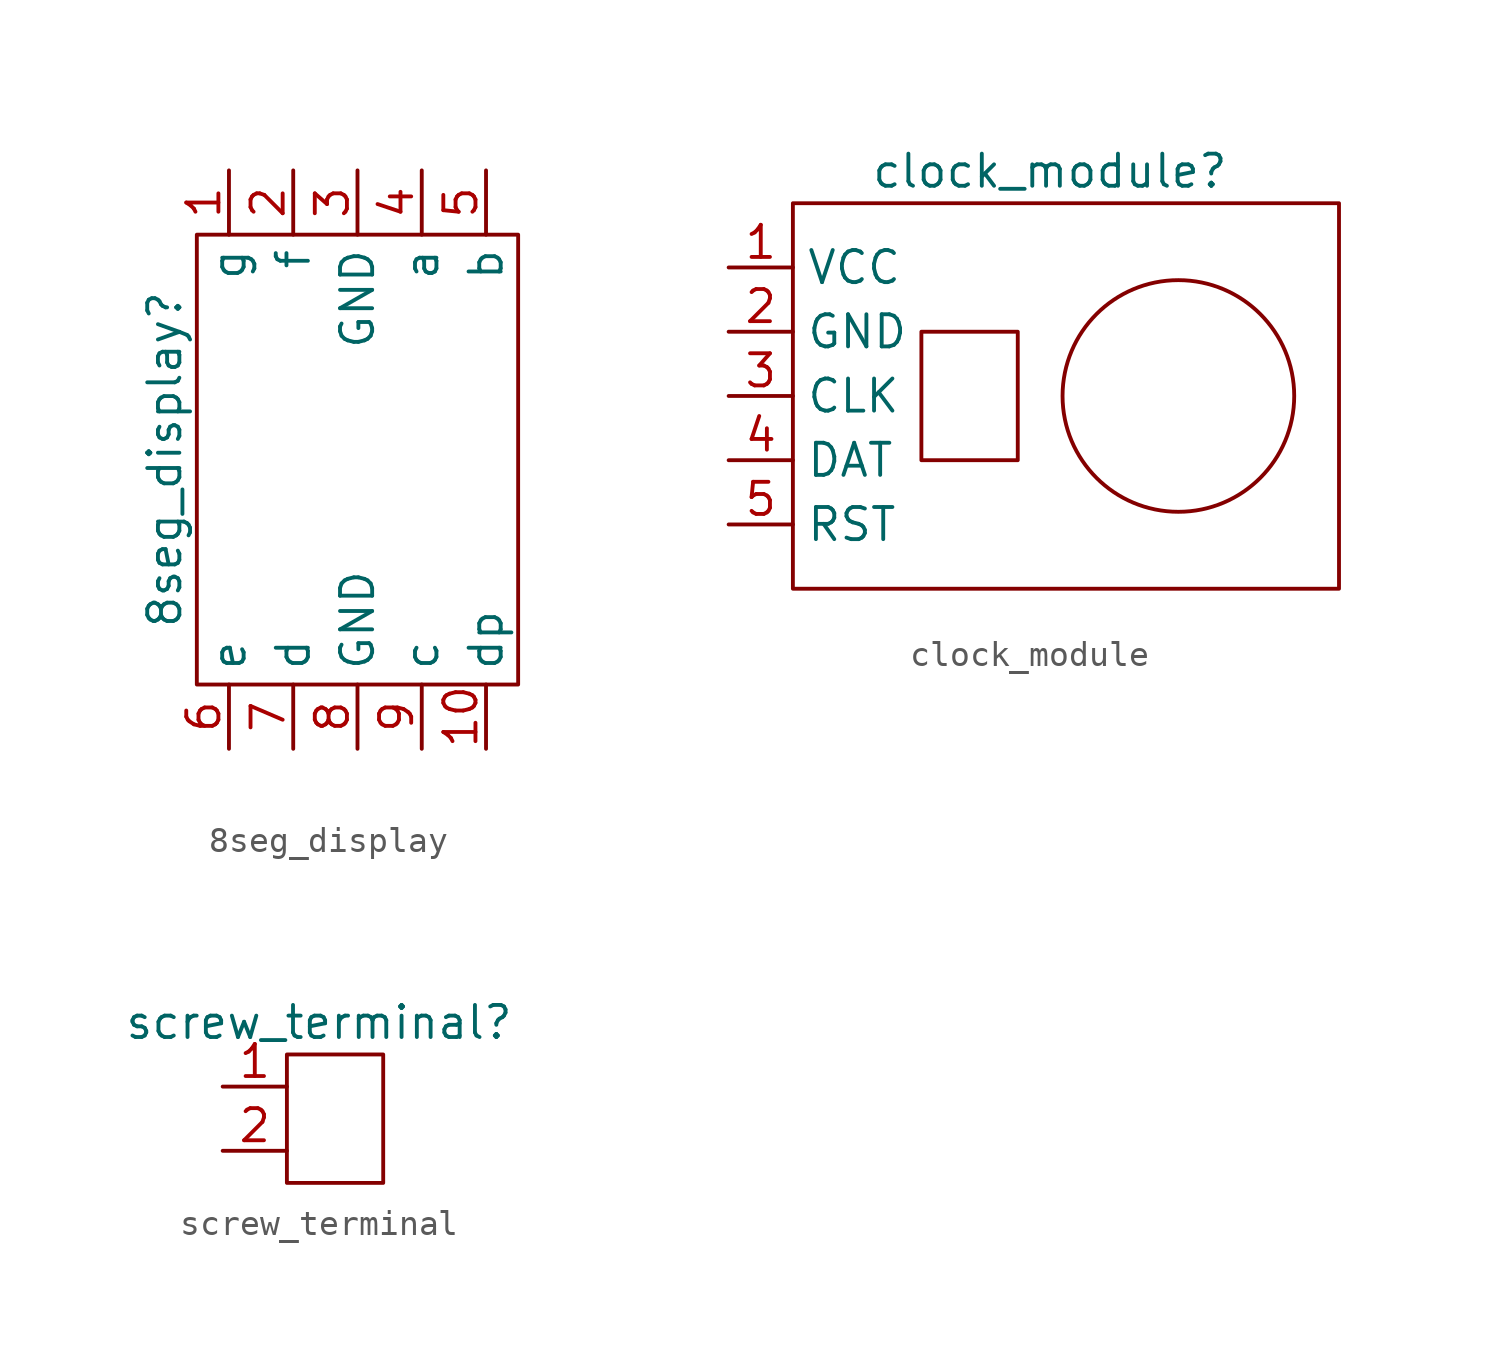
<source format=kicad_sym>
(kicad_symbol_lib
  (version 20220914)
  (generator kicad_symbol_editor)
  (symbol "8seg_display"
    (property "Reference" "8seg_display"
      (at -7.62 0 90)
      (effects (font (size 1.27 1.27))))
    (property "Value" ""
      (at 2.54 3.81 0)
      (effects (font (size 1.27 1.27))))
    (symbol "8seg_display_0_1"
      (rectangle (start -6.35 8.89) (end 6.35 -8.89) (stroke (width 0) (type default)) (fill (type none))))
    (symbol "8seg_display_1_1"
      (pin input line (at -5.08 11.43 270) (length 2.54) (name "g" (effects (font (size 1.27 1.27)))) (number "1" (effects (font (size 1.27 1.27)))))
      (pin input line (at 5.08 -11.43 90) (length 2.54) (name "dp" (effects (font (size 1.27 1.27)))) (number "10" (effects (font (size 1.27 1.27)))))
      (pin input line (at -2.54 11.43 270) (length 2.54) (name "f" (effects (font (size 1.27 1.27)))) (number "2" (effects (font (size 1.27 1.27)))))
      (pin input line (at 0 11.43 270) (length 2.54) (name "GND" (effects (font (size 1.27 1.27)))) (number "3" (effects (font (size 1.27 1.27)))))
      (pin input line (at 2.54 11.43 270) (length 2.54) (name "a" (effects (font (size 1.27 1.27)))) (number "4" (effects (font (size 1.27 1.27)))))
      (pin input line (at 5.08 11.43 270) (length 2.54) (name "b" (effects (font (size 1.27 1.27)))) (number "5" (effects (font (size 1.27 1.27)))))
      (pin input line (at -5.08 -11.43 90) (length 2.54) (name "e" (effects (font (size 1.27 1.27)))) (number "6" (effects (font (size 1.27 1.27)))))
      (pin input line (at -2.54 -11.43 90) (length 2.54) (name "d" (effects (font (size 1.27 1.27)))) (number "7" (effects (font (size 1.27 1.27)))))
      (pin input line (at 0 -11.43 90) (length 2.54) (name "GND" (effects (font (size 1.27 1.27)))) (number "8" (effects (font (size 1.27 1.27)))))
      (pin input line (at 2.54 -11.43 90) (length 2.54) (name "c" (effects (font (size 1.27 1.27)))) (number "9" (effects (font (size 1.27 1.27)))))))
  (symbol "clock_module"
    (property "Reference" "clock_module"
      (at 0 8.89 0)
      (effects (font (size 1.27 1.27))))
    (property "Value" ""
      (at -2.54 -1.27 0)
      (effects (font (size 1.27 1.27))))
    (symbol "clock_module_0_1"
      (rectangle (start -10.16 7.62) (end 11.43 -7.62) (stroke (width 0) (type default)) (fill (type none)))
      (rectangle (start -5.08 2.54) (end -1.27 -2.54) (stroke (width 0) (type default)) (fill (type none)))
      (circle (center 5.08 0) (radius 4.579) (stroke (width 0) (type default)) (fill (type none))))
    (symbol "clock_module_1_1"
      (pin input line (at -12.7 5.08 0) (length 2.54) (name "VCC" (effects (font (size 1.27 1.27)))) (number "1" (effects (font (size 1.27 1.27)))))
      (pin input line (at -12.7 2.54 0) (length 2.54) (name "GND" (effects (font (size 1.27 1.27)))) (number "2" (effects (font (size 1.27 1.27)))))
      (pin input line (at -12.7 0 0) (length 2.54) (name "CLK" (effects (font (size 1.27 1.27)))) (number "3" (effects (font (size 1.27 1.27)))))
      (pin input line (at -12.7 -2.54 0) (length 2.54) (name "DAT" (effects (font (size 1.27 1.27)))) (number "4" (effects (font (size 1.27 1.27)))))
      (pin input line (at -12.7 -5.08 0) (length 2.54) (name "RST" (effects (font (size 1.27 1.27)))) (number "5" (effects (font (size 1.27 1.27)))))))
  (symbol "screw_terminal"
    (property "Reference" "screw_terminal"
      (at 0 3.81 0)
      (effects (font (size 1.27 1.27))))
    (property "Value" ""
      (at -2.54 -1.27 0)
      (effects (font (size 1.27 1.27))))
    (symbol "screw_terminal_0_1"
      (rectangle (start -1.27 2.54) (end 2.54 -2.54) (stroke (width 0) (type default)) (fill (type none))))
    (symbol "screw_terminal_1_1"
      (pin input line (at -3.81 1.27 0) (length 2.54) (name "" (effects (font (size 1.27 1.27)))) (number "1" (effects (font (size 1.27 1.27)))))
      (pin input line (at -3.81 -1.27 0) (length 2.54) (name "" (effects (font (size 1.27 1.27)))) (number "2" (effects (font (size 1.27 1.27))))))))
</source>
